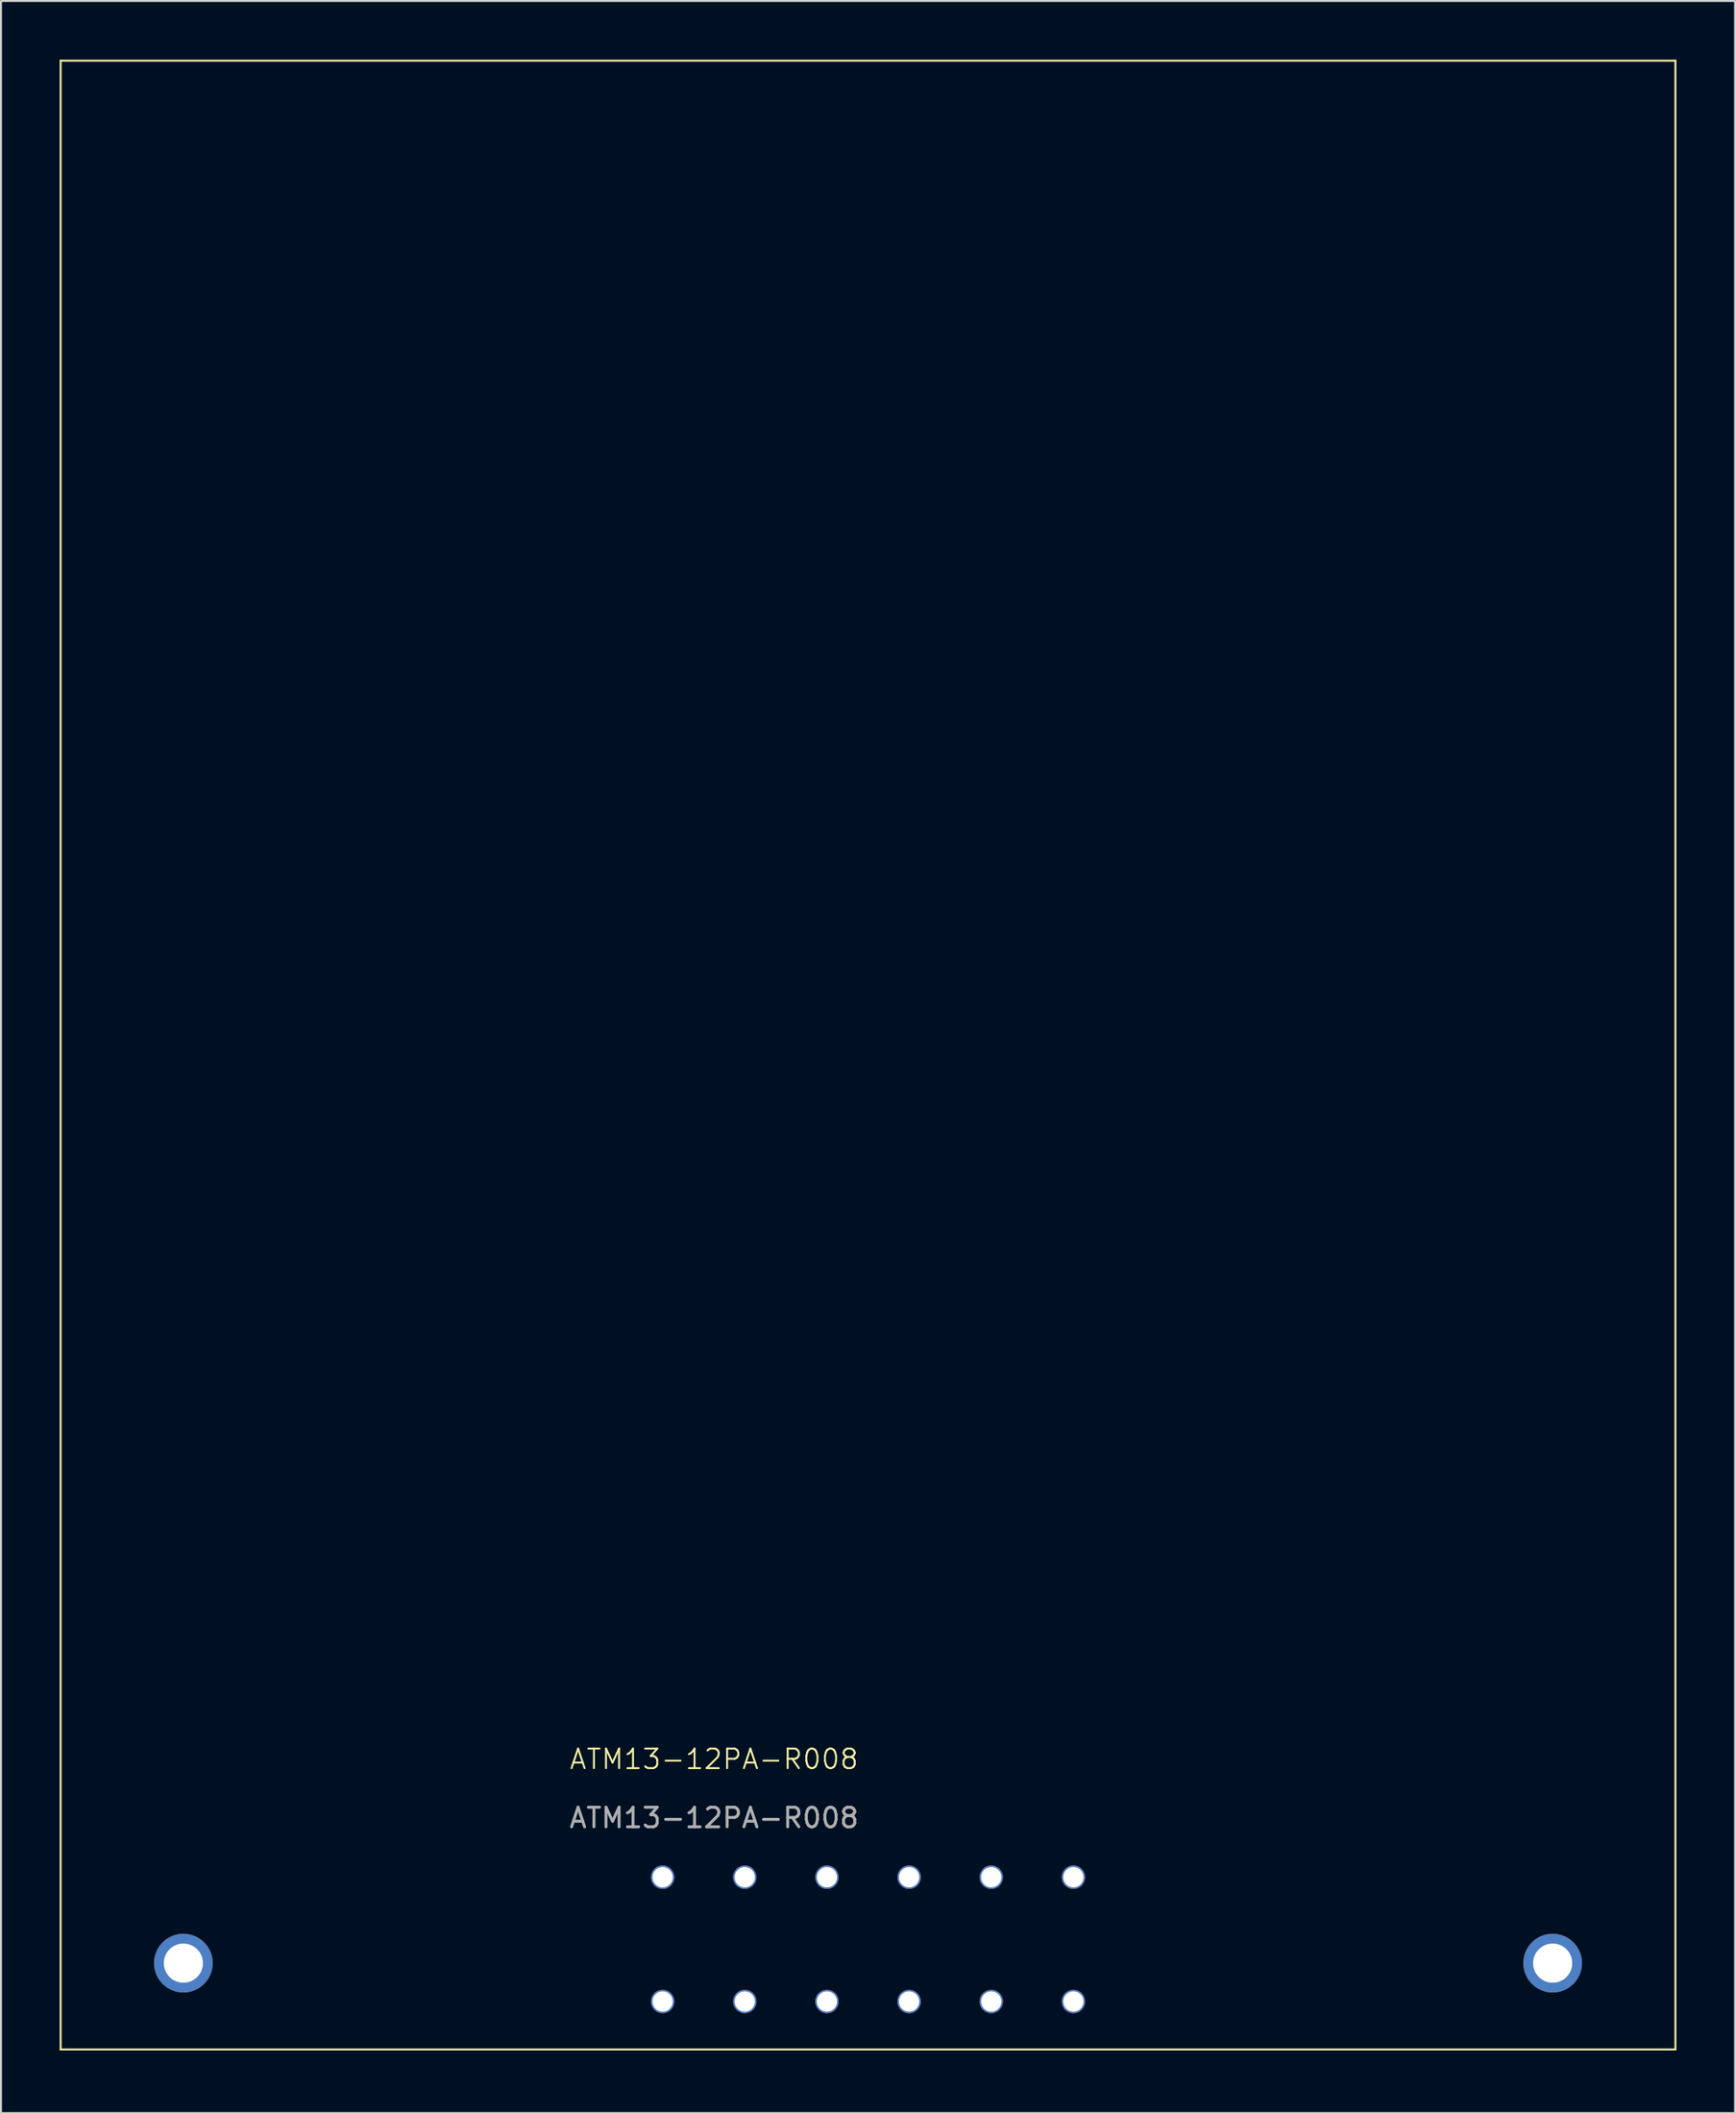
<source format=kicad_pcb>
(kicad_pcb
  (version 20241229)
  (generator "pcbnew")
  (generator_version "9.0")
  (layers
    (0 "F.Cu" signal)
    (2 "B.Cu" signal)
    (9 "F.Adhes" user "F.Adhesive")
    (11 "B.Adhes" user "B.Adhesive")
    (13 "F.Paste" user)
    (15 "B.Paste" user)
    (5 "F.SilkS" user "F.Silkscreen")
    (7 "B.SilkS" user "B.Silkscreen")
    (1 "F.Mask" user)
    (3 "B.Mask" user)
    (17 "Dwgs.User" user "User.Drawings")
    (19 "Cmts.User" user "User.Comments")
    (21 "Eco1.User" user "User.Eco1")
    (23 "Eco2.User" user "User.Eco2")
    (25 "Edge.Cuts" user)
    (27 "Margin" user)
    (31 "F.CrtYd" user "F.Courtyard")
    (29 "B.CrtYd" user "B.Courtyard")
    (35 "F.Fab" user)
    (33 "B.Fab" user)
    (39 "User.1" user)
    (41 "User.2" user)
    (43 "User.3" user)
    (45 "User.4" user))
  (footprint "ATM13-12PA-R008"
    (layer "F.Cu")
    (at 41.325 101.65)
    (property "Reference" "ATM13-12PA-R008" (at -7.87 -14.83 0) (unlocked yes) (layer "F.SilkS") (effects (font (size 1 1) (thickness 0.1))))
    (attr through_hole)
    (fp_line (start -41.275 -101.6) (end -41.275 0) (stroke (width 0.1) (type default)) (layer "F.SilkS"))
    (fp_line (start -41.275 0) (end 41.275 0) (stroke (width 0.1) (type default)) (layer "F.SilkS"))
    (fp_line (start 41.275 -101.6) (end -41.275 -101.6) (stroke (width 0.1) (type default)) (layer "F.SilkS"))
    (fp_line (start 41.275 0) (end 41.275 -101.6) (stroke (width 0.1) (type default)) (layer "F.SilkS"))
    (fp_text user "${REFERENCE}" (at -7.87 -11.83 0) (unlocked yes) (layer "F.Fab") (effects (font (size 1 1) (thickness 0.15))))
    (pad "1" thru_hole circle (at 10.5 -2.45) (size 1.2 1.2) (drill 1.04) (layers "*.Cu" "*.Mask"))
    (pad "2" thru_hole circle (at 6.3 -2.45) (size 1.2 1.2) (drill 1.04) (layers "*.Cu" "*.Mask"))
    (pad "3" thru_hole circle (at 2.1 -2.45) (size 1.2 1.2) (drill 1.04) (layers "*.Cu" "*.Mask"))
    (pad "3" thru_hole circle (at 35 -4.41) (size 3 3) (drill 2) (layers "*.Cu" "*.Mask"))
    (pad "4" thru_hole circle (at -2.1 -2.45) (size 1.2 1.2) (drill 1.04) (layers "*.Cu" "*.Mask"))
    (pad "5" thru_hole circle (at -6.3 -2.45) (size 1.2 1.2) (drill 1.04) (layers "*.Cu" "*.Mask"))
    (pad "6" thru_hole circle (at -10.5 -2.45) (size 1.2 1.2) (drill 1.04) (layers "*.Cu" "*.Mask"))
    (pad "7" thru_hole circle (at -10.5 -8.8) (size 1.2 1.2) (drill 1.04) (layers "*.Cu" "*.Mask"))
    (pad "8" thru_hole circle (at -6.3 -8.8) (size 1.2 1.2) (drill 1.04) (layers "*.Cu" "*.Mask"))
    (pad "9" thru_hole circle (at -2.1 -8.8) (size 1.2 1.2) (drill 1.04) (layers "*.Cu" "*.Mask"))
    (pad "10" thru_hole circle (at 2.1 -8.8) (size 1.2 1.2) (drill 1.04) (layers "*.Cu" "*.Mask"))
    (pad "11" thru_hole circle (at 6.3 -8.8) (size 1.2 1.2) (drill 1.04) (layers "*.Cu" "*.Mask"))
    (pad "12" thru_hole circle (at 10.5 -8.8) (size 1.2 1.2) (drill 1.04) (layers "*.Cu" "*.Mask"))
    (pad "13" thru_hole circle (at -35 -4.41) (size 3 3) (drill 2) (layers "*.Cu" "*.Mask")))
  (gr_rect
    (start -3 -3)
    (end 85.65 104.9)
    (stroke (width 0.1) (type default))
    (fill no)
    (layer "Edge.Cuts")))
</source>
